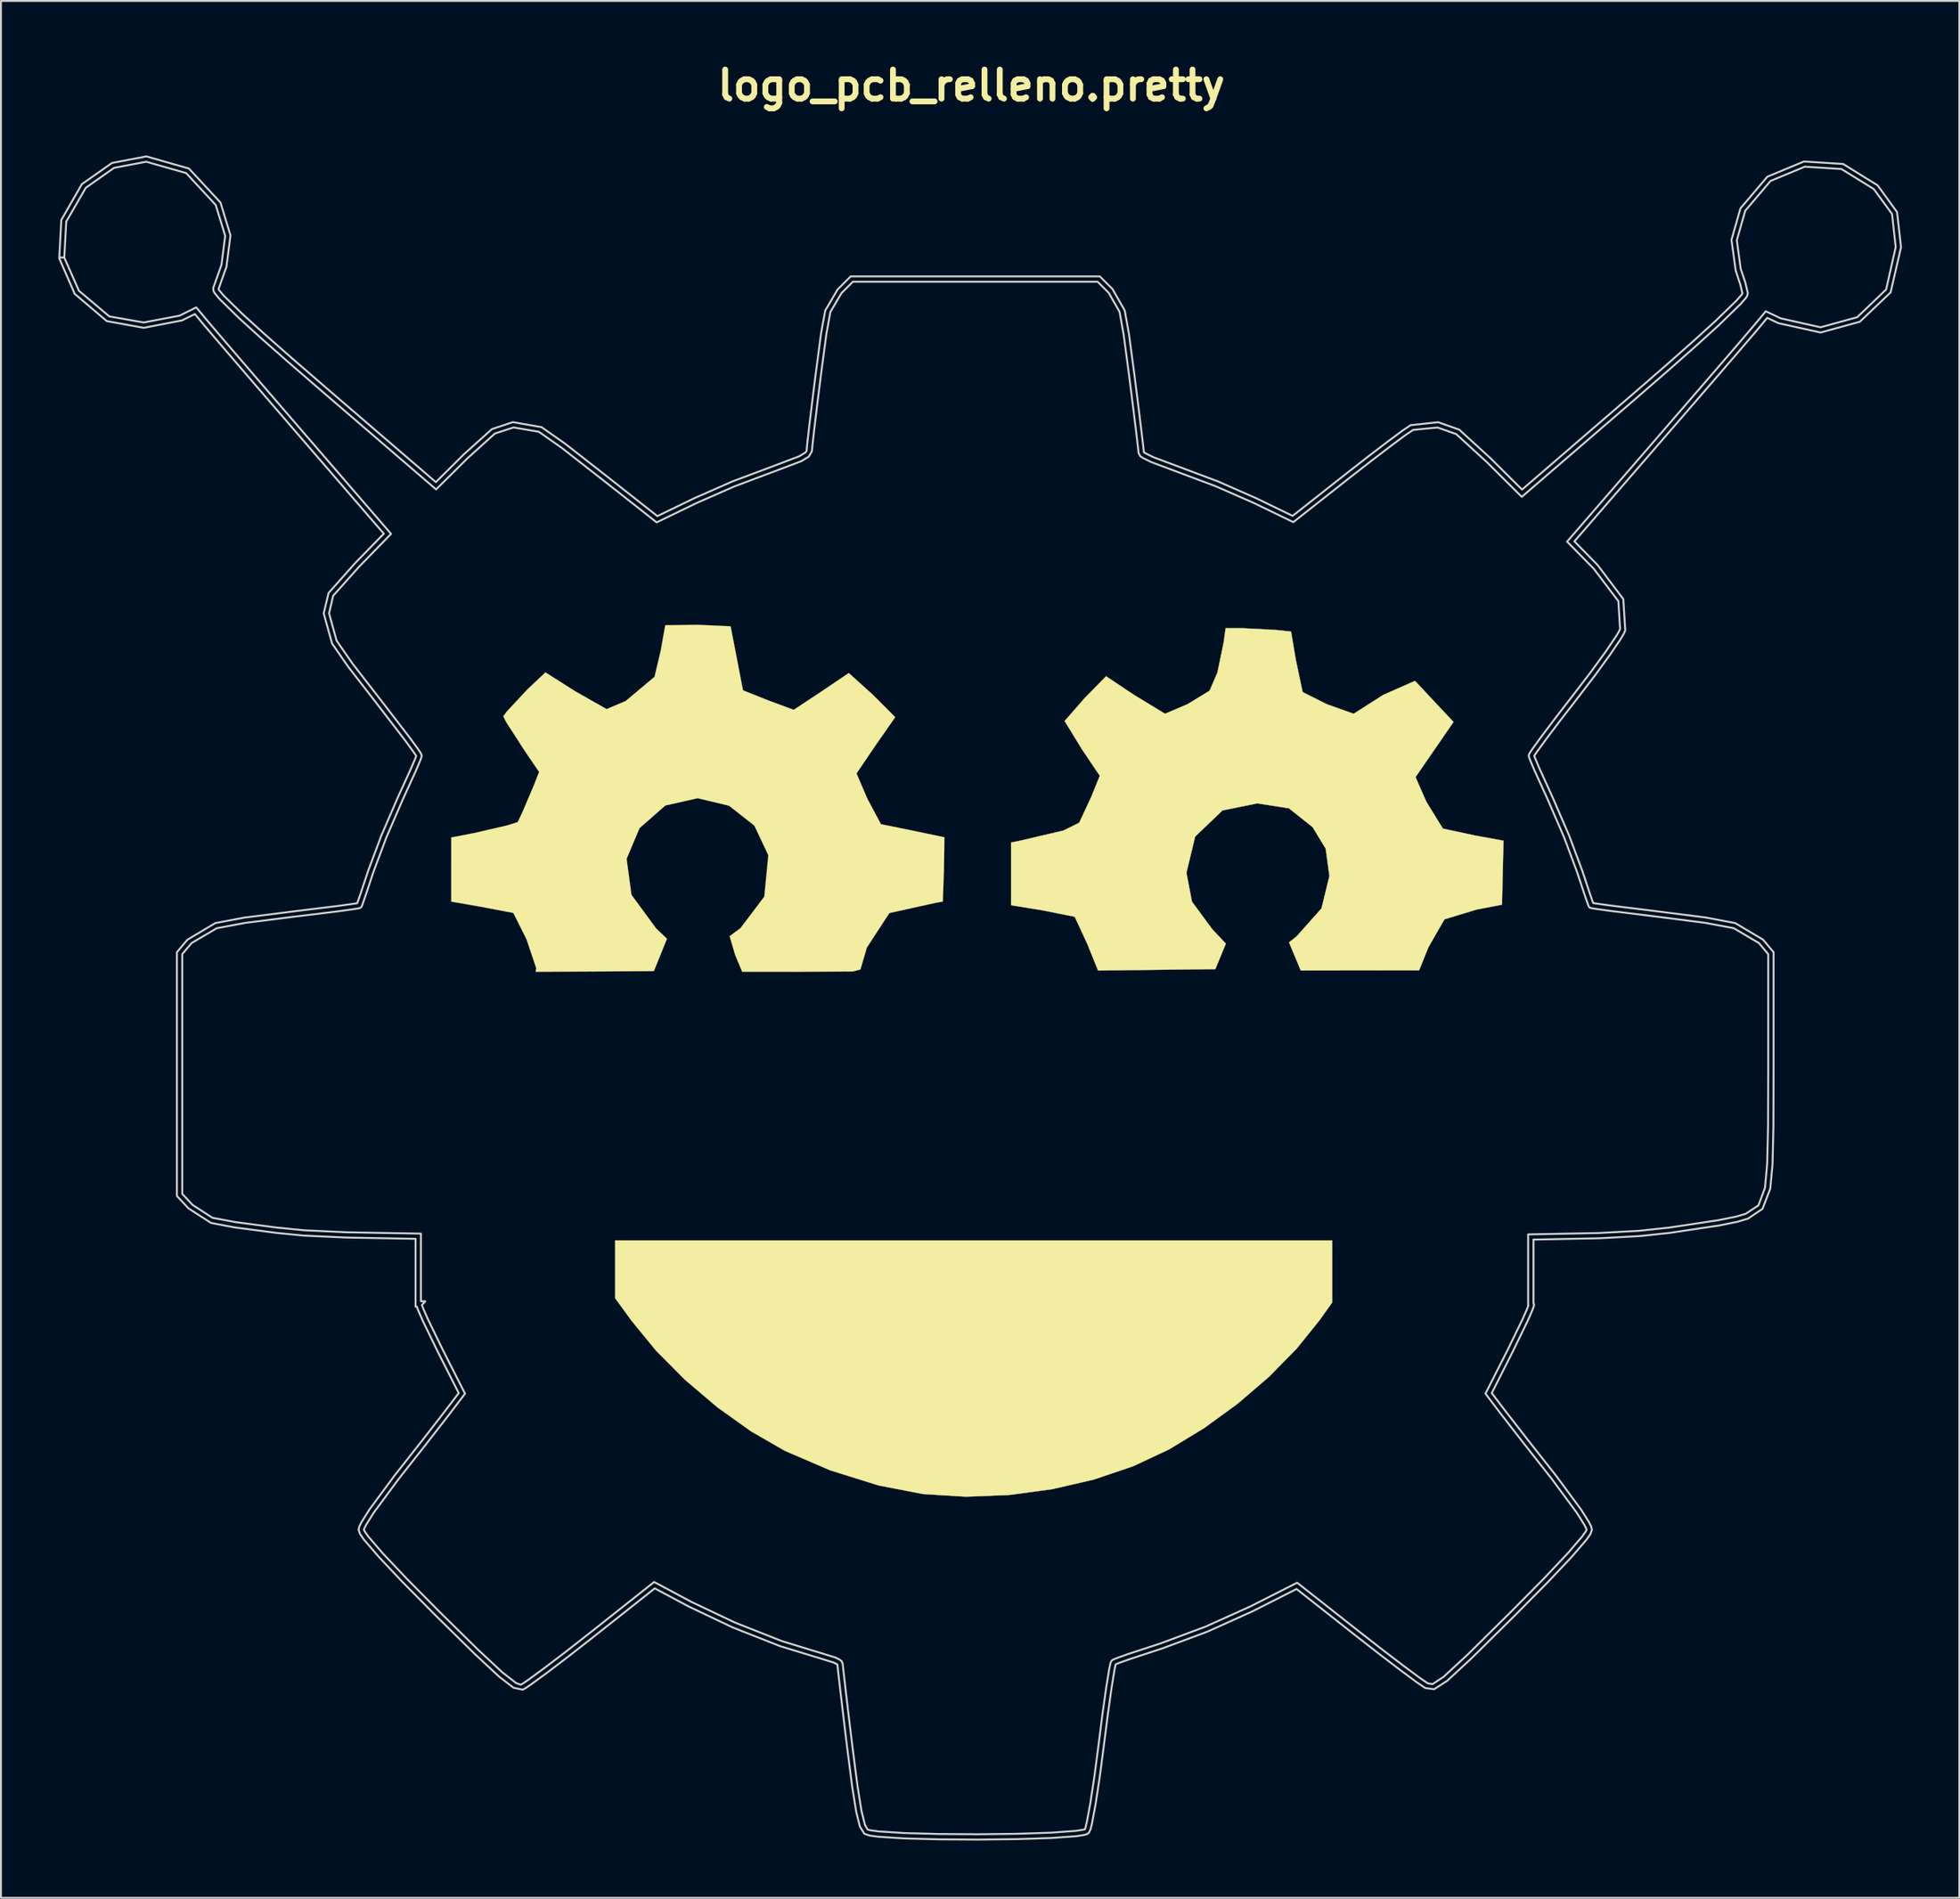
<source format=kicad_pcb>
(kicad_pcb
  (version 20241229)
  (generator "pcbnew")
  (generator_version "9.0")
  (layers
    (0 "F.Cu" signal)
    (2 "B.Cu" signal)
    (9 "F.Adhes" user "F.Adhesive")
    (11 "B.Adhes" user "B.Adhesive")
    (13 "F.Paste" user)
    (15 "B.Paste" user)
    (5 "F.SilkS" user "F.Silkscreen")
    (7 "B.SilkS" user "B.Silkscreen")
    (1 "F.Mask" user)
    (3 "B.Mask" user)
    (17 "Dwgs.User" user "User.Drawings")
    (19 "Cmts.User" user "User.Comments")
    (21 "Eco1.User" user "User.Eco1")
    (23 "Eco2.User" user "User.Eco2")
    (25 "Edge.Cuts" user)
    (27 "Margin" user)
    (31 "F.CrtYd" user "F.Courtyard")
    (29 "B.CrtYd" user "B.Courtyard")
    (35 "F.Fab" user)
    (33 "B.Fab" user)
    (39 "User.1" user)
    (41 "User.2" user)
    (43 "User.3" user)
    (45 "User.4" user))
  (footprint "logo_pcb_relleno.pretty"
    (layer "F.Cu")
    (at 47.779 48.879)
    (property "Reference" "logo_pcb_relleno.pretty" (at 0 -47.453 0) (layer "F.SilkS") (effects (font (size 1.524 1.524) (thickness 0.305))))
    (attr smd)
    (fp_poly (pts (xy -2.512 26.308) (xy -4.852 25.856) (xy -7.382 25.065) (xy -9.765 24.039) (xy -11.522 23.025) (xy -13.284 21.767) (xy -14.969 20.336) (xy -16.495 18.801) (xy -17.777 17.235) (xy -18.635 16.055) (xy -18.635 14.54) (xy -18.635 13.025) (xy 0.123 13.025) (xy 18.88 13.025) (xy 18.88 14.652) (xy 18.88 16.279) (xy 18.22 17.207) (xy 17.02 18.697) (xy 15.571 20.172) (xy 13.934 21.577) (xy 12.171 22.861) (xy 10.341 23.972) (xy 8.46 24.853) (xy 6.398 25.55) (xy 4.213 26.055) (xy 1.961 26.357) (xy -0.3 26.444) (xy -2.512 26.308)) (stroke (width 0.014) (type solid)) (fill yes) (layer "F.SilkS"))
    (fp_poly (pts (xy 6.08 -2.476) (xy 5.41 -3.924) (xy 3.687 -4.267) (xy 2.082 -4.527) (xy 2.082 -6.169) (xy 2.082 -7.81) (xy 2.537 -7.903) (xy 4.813 -8.435) (xy 5.645 -8.844) (xy 6.285 -10.219) (xy 6.723 -11.306) (xy 5.802 -12.673) (xy 4.882 -14.174) (xy 5.967 -15.412) (xy 7.052 -16.515) (xy 8.521 -15.534) (xy 10.135 -14.552) (xy 11.317 -15.056) (xy 12.47 -15.761) (xy 12.878 -16.71) (xy 13.207 -18.296) (xy 13.307 -19.031) (xy 14.183 -19.031) (xy 15.895 -18.944) (xy 16.73 -18.856) (xy 16.981 -17.369) (xy 17.336 -15.689) (xy 18.591 -15.057) (xy 20.005 -14.551) (xy 21.553 -15.54) (xy 23.217 -16.275) (xy 24.341 -15.072) (xy 25.232 -14.123) (xy 24.238 -12.679) (xy 23.244 -11.235) (xy 23.812 -9.942) (xy 24.675 -8.538) (xy 26.408 -8.167) (xy 27.847 -7.906) (xy 27.808 -6.232) (xy 27.769 -4.557) (xy 26.439 -4.3) (xy 24.759 -3.791) (xy 23.92 -2.328) (xy 23.43 -1.117) (xy 20.334 -1.115) (xy 17.238 -1.113) (xy 16.932 -1.848) (xy 16.626 -2.583) (xy 17.018 -2.892) (xy 18.323 -4.359) (xy 18.74 -6.059) (xy 18.543 -7.491) (xy 17.859 -8.617) (xy 16.619 -9.603) (xy 14.961 -9.861) (xy 13.141 -9.491) (xy 11.711 -8.121) (xy 11.255 -6.223) (xy 11.546 -4.712) (xy 12.615 -3.261) (xy 13.318 -2.517) (xy 13.044 -1.85) (xy 12.77 -1.183) (xy 9.701 -1.146) (xy 6.632 -1.109) (xy 6.08 -2.476) (xy 6.08 -2.476)) (stroke (width 0.014) (type solid)) (fill yes) (layer "F.SilkS"))
    (fp_poly (pts (xy -22.769 -1.233) (xy -23.281 -2.755) (xy -23.967 -4.123) (xy -25.658 -4.444) (xy -27.215 -4.716) (xy -27.215 -6.396) (xy -27.214 -8.076) (xy -26.02 -8.306) (xy -24.282 -8.708) (xy -23.738 -8.88) (xy -23.471 -9.449) (xy -22.911 -10.762) (xy -22.618 -11.505) (xy -23.403 -12.66) (xy -24.341 -14.118) (xy -24.494 -14.421) (xy -24.303 -14.678) (xy -23.227 -15.833) (xy -22.286 -16.72) (xy -20.731 -15.733) (xy -19.085 -14.798) (xy -18.086 -15.223) (xy -16.577 -16.49) (xy -16.253 -17.861) (xy -16.017 -19.187) (xy -14.321 -19.211) (xy -12.596 -19.132) (xy -12.271 -17.454) (xy -11.949 -15.782) (xy -10.627 -15.254) (xy -9.295 -14.76) (xy -7.865 -15.706) (xy -6.413 -16.687) (xy -5.152 -15.548) (xy -3.981 -14.375) (xy -4.994 -12.923) (xy -6.008 -11.428) (xy -5.438 -10.1) (xy -4.728 -8.77) (xy -3.017 -8.424) (xy -1.409 -8.085) (xy -1.433 -6.383) (xy -1.493 -4.717) (xy -1.843 -4.658) (xy -4.29 -4.117) (xy -5.466 -2.31) (xy -5.803 -1.164) (xy -6.192 -1.06) (xy -8.859 -1.042) (xy -11.992 -1.043) (xy -12.36 -1.926) (xy -12.649 -2.907) (xy -12.079 -3.328) (xy -10.834 -4.976) (xy -10.623 -7.146) (xy -11.354 -8.697) (xy -12.677 -9.736) (xy -14.32 -10.13) (xy -16.013 -9.748) (xy -17.362 -8.565) (xy -18.039 -6.956) (xy -17.785 -5.073) (xy -16.499 -3.318) (xy -15.927 -2.772) (xy -16.269 -1.924) (xy -16.611 -1.077) (xy -19.707 -1.059) (xy -22.802 -1.04) (xy -22.769 -1.234) (xy -22.769 -1.233)) (stroke (width 0.007) (type solid)) (fill yes) (layer "F.SilkS"))
    (fp_poly (pts (xy -43.171 -43.74) (xy -44.858 -43.139) (xy -43.175 -43.46) (xy -43.176 -43.46) (xy -41.087 -42.865) (xy -39.54 -41.195) (xy -39.045 -39.581) (xy -39.24 -38.059) (xy -39.671 -36.846) (xy -39.658 -36.694) (xy -39.592 -36.576) (xy -39.343 -36.274) (xy -38.311 -35.261) (xy -37.202 -34.253) (xy -35.742 -32.965) (xy -33.917 -31.385) (xy -28.007 -26.3) (xy -26.361 -27.936) (xy -24.931 -29.227) (xy -23.96 -29.546) (xy -22.635 -29.32) (xy -21.439 -28.48) (xy -19.275 -26.789) (xy -16.467 -24.575) (xy -14.377 -25.588) (xy -12.386 -26.463) (xy -10.414 -27.204) (xy -8.889 -27.782) (xy -8.506 -28.017) (xy -8.342 -28.304) (xy -8.304 -28.707) (xy -8.202 -29.605) (xy -8.051 -30.852) (xy -7.867 -32.316) (xy -7.586 -34.434) (xy -7.375 -35.596) (xy -6.795 -36.58) (xy -6.198 -37.177) (xy 0.205 -37.177) (xy 6.607 -37.177) (xy 7.188 -36.596) (xy 7.756 -35.605) (xy 7.97 -34.407) (xy 8.26 -32.231) (xy 8.45 -30.729) (xy 8.606 -29.466) (xy 8.712 -28.576) (xy 8.742 -28.312) (xy 8.752 -28.202) (xy 8.842 -28.041) (xy 8.978 -27.947) (xy 9.417 -27.731) (xy 10.823 -27.204) (xy 12.791 -26.465) (xy 14.773 -25.594) (xy 16.849 -24.587) (xy 19.801 -26.914) (xy 20.956 -27.815) (xy 21.969 -28.589) (xy 22.73 -29.154) (xy 23.119 -29.417) (xy 24.395 -29.543) (xy 25.373 -29.198) (xy 26.964 -27.742) (xy 28.804 -25.911) (xy 34.76 -31.048) (xy 36.528 -32.583) (xy 37.984 -33.872) (xy 39.125 -34.91) (xy 40.235 -35.988) (xy 40.52 -36.312) (xy 40.598 -36.432) (xy 40.634 -36.573) (xy 40.508 -37.112) (xy 40.26 -37.858) (xy 40.057 -39.349) (xy 40.498 -40.894) (xy 41.821 -42.453) (xy 43.615 -43.2) (xy 45.532 -43.078) (xy 47.224 -42.03) (xy 48.179 -40.726) (xy 48.371 -38.988) (xy 47.87 -36.769) (xy 46.357 -35.317) (xy 44.437 -34.791) (xy 42.355 -35.259) (xy 41.573 -35.629) (xy 40.932 -34.86) (xy 40.025 -33.798) (xy 38.183 -31.663) (xy 35.811 -28.921) (xy 31.175 -23.567) (xy 32.569 -22.15) (xy 33.858 -20.45) (xy 33.949 -18.99) (xy 33.89 -18.863) (xy 33.735 -18.604) (xy 33.2 -17.813) (xy 32.436 -16.764) (xy 31.525 -15.573) (xy 30.621 -14.405) (xy 29.88 -13.425) (xy 29.378 -12.735) (xy 29.238 -12.527) (xy 29.197 -12.458) (xy 29.182 -12.425) (xy 29.169 -12.362) (xy 29.179 -12.299) (xy 29.197 -12.244) (xy 29.257 -12.087) (xy 29.47 -11.584) (xy 30.166 -10.053) (xy 31.023 -8.07) (xy 31.703 -6.25) (xy 32.111 -5.019) (xy 32.246 -4.631) (xy 32.287 -4.517) (xy 32.302 -4.481) (xy 32.328 -4.435) (xy 32.346 -4.416) (xy 32.361 -4.405) (xy 32.379 -4.395) (xy 32.399 -4.387) (xy 32.427 -4.378) (xy 32.491 -4.366) (xy 32.703 -4.332) (xy 33.453 -4.228) (xy 35.88 -3.927) (xy 38.398 -3.605) (xy 39.896 -3.324) (xy 41.213 -2.545) (xy 41.701 -1.966) (xy 41.701 4.142) (xy 41.692 7.034) (xy 41.645 9.013) (xy 41.532 10.267) (xy 41.188 11.191) (xy 40.522 11.631) (xy 40.024 11.777) (xy 39.093 11.966) (xy 36.522 12.353) (xy 34.935 12.523) (xy 32.822 12.637) (xy 29.276 12.707) (xy 29.137 12.709) (xy 29.137 16.412) (xy 29.154 16.423) (xy 29.153 16.426) (xy 29.091 16.591) (xy 28.853 17.135) (xy 28.064 18.76) (xy 26.904 21.049) (xy 27.749 22.16) (xy 28.851 23.579) (xy 30.384 25.527) (xy 31.679 27.281) (xy 32.069 27.901) (xy 32.171 28.1) (xy 32.198 28.176) (xy 32.153 28.263) (xy 31.968 28.526) (xy 31.208 29.41) (xy 29.952 30.74) (xy 28.221 32.49) (xy 25.967 34.717) (xy 24.715 35.876) (xy 24.138 36.258) (xy 23.888 36.219) (xy 23.471 35.935) (xy 22.644 35.322) (xy 21.539 34.478) (xy 20.277 33.493) (xy 17.05 30.949) (xy 14.595 32.195) (xy 12.236 33.258) (xy 9.89 34.132) (xy 8.186 34.69) (xy 7.634 34.889) (xy 7.464 34.957) (xy 7.353 35.018) (xy 7.296 35.113) (xy 7.271 35.201) (xy 7.214 35.477) (xy 7.06 36.425) (xy 6.867 37.793) (xy 6.657 39.44) (xy 6.44 41.097) (xy 6.227 42.494) (xy 6.043 43.482) (xy 5.972 43.772) (xy 5.941 43.865) (xy 5.938 43.859) (xy 5.84 43.887) (xy 5.464 43.944) (xy 4.171 44.039) (xy 2.382 44.098) (xy 0.34 44.121) (xy -1.71 44.108) (xy -3.528 44.058) (xy -4.866 43.971) (xy -5.275 43.914) (xy -5.43 43.872) (xy -5.569 43.62) (xy -5.75 42.891) (xy -5.959 41.575) (xy -6.222 39.541) (xy -6.419 37.906) (xy -6.581 36.539) (xy -6.69 35.584) (xy -6.72 35.306) (xy -6.73 35.197) (xy -6.785 35.062) (xy -6.871 34.989) (xy -7.112 34.866) (xy -7.846 34.64) (xy -9.908 34.008) (xy -12.374 33.034) (xy -14.641 31.957) (xy -16.597 30.912) (xy -19.948 33.567) (xy -21.25 34.587) (xy -22.374 35.443) (xy -23.198 36.045) (xy -23.458 36.222) (xy -23.576 36.291) (xy -23.817 36.207) (xy -24.528 35.655) (xy -25.808 34.462) (xy -27.823 32.479) (xy -29.549 30.734) (xy -30.802 29.408) (xy -31.56 28.525) (xy -31.744 28.263) (xy -31.789 28.176) (xy -31.762 28.1) (xy -31.66 27.901) (xy -31.27 27.281) (xy -29.975 25.527) (xy -28.442 23.579) (xy -27.34 22.16) (xy -26.495 21.049) (xy -27.655 18.76) (xy -28.444 17.135) (xy -28.682 16.591) (xy -28.745 16.426) (xy -28.75 16.408) (xy -28.574 16.212) (xy -28.804 16.212) (xy -28.804 12.668) (xy -28.942 12.666) (xy -32.683 12.599) (xy -34.896 12.496) (xy -36.361 12.35) (xy -38.527 12.063) (xy -39.713 11.84) (xy -40.754 11.163) (xy -41.292 10.588) (xy -41.292 4.313) (xy -41.292 -1.966) (xy -40.804 -2.545) (xy -39.486 -3.323) (xy -37.99 -3.603) (xy -35.478 -3.921) (xy -33.052 -4.219) (xy -32.302 -4.324) (xy -32.088 -4.359) (xy -32.023 -4.372) (xy -31.995 -4.381) (xy -31.974 -4.39) (xy -31.956 -4.4) (xy -31.943 -4.411) (xy -31.927 -4.428) (xy -31.899 -4.474) (xy -31.883 -4.512) (xy -31.841 -4.627) (xy -31.705 -5.017) (xy -31.295 -6.25) (xy -30.614 -8.07) (xy -29.757 -10.053) (xy -29.061 -11.581) (xy -28.849 -12.082) (xy -28.789 -12.237) (xy -28.771 -12.292) (xy -28.761 -12.355) (xy -28.787 -12.447) (xy -28.824 -12.511) (xy -28.948 -12.696) (xy -29.391 -13.306) (xy -30.841 -15.191) (xy -32.382 -17.18) (xy -33.213 -18.377) (xy -33.61 -19.809) (xy -33.397 -20.73) (xy -32.053 -22.237) (xy -30.365 -23.972) (xy -34.898 -29.223) (xy -37.219 -31.915) (xy -39.023 -34.014) (xy -39.917 -35.062) (xy -40.559 -35.833) (xy -41.43 -35.4) (xy -43.31 -35.043) (xy -45.109 -35.361) (xy -46.7 -36.704) (xy -47.466 -38.445) (xy -47.361 -40.329) (xy -46.338 -42.097) (xy -44.858 -43.139) (xy -43.171 -43.74) (xy -44.966 -43.397) (xy -46.544 -42.287) (xy -47.621 -40.41) (xy -47.729 -38.4) (xy -46.918 -36.539) (xy -45.241 -35.114) (xy -43.307 -34.763) (xy -41.305 -35.15) (xy -40.632 -35.484) (xy -40.132 -34.883) (xy -39.232 -33.827) (xy -37.429 -31.729) (xy -35.111 -29.041) (xy -30.744 -23.983) (xy -32.253 -22.433) (xy -33.634 -20.879) (xy -33.89 -19.809) (xy -33.453 -18.233) (xy -32.605 -17.011) (xy -31.06 -15.019) (xy -29.615 -13.138) (xy -29.177 -12.536) (xy -29.061 -12.363) (xy -29.049 -12.342) (xy -29.052 -12.331) (xy -29.108 -12.187) (xy -29.318 -11.694) (xy -30.011 -10.172) (xy -30.873 -8.177) (xy -31.561 -6.336) (xy -31.969 -5.107) (xy -32.104 -4.722) (xy -32.136 -4.634) (xy -32.14 -4.634) (xy -32.344 -4.6) (xy -33.089 -4.497) (xy -35.51 -4.199) (xy -38.029 -3.881) (xy -39.557 -3.594) (xy -41.018 -2.725) (xy -41.572 -2.068) (xy -41.572 4.313) (xy -41.572 10.698) (xy -40.958 11.354) (xy -39.787 12.11) (xy -38.566 12.342) (xy -36.396 12.628) (xy -34.928 12.773) (xy -32.73 12.875) (xy -29.084 12.943) (xy -29.084 16.491) (xy -29.015 16.491) (xy -29.01 16.514) (xy -28.942 16.696) (xy -28.699 17.251) (xy -27.905 18.886) (xy -26.824 21.02) (xy -27.564 21.99) (xy -28.662 23.406) (xy -30.195 25.353) (xy -31.502 27.124) (xy -31.904 27.764) (xy -32.019 27.99) (xy -32.069 28.174) (xy -31.984 28.406) (xy -31.782 28.696) (xy -31.008 29.596) (xy -29.75 30.928) (xy -28.021 32.676) (xy -26.003 34.663) (xy -24.713 35.866) (xy -23.959 36.448) (xy -23.477 36.553) (xy -23.306 36.457) (xy -23.037 36.274) (xy -22.206 35.667) (xy -21.079 34.808) (xy -19.774 33.787) (xy -16.567 31.246) (xy -14.773 32.204) (xy -12.487 33.292) (xy -10.007 34.271) (xy -7.91 34.912) (xy -7.22 35.125) (xy -7.027 35.222) (xy -7.006 35.238) (xy -6.999 35.333) (xy -6.969 35.614) (xy -6.859 36.571) (xy -6.697 37.939) (xy -6.499 39.575) (xy -6.237 41.613) (xy -6.025 42.943) (xy -5.833 43.714) (xy -5.597 44.096) (xy -5.329 44.189) (xy -4.895 44.249) (xy -3.539 44.338) (xy -1.714 44.388) (xy 0.341 44.401) (xy 2.388 44.377) (xy 4.185 44.318) (xy 5.496 44.223) (xy 5.902 44.16) (xy 6.039 44.12) (xy 6.156 44.043) (xy 6.241 43.851) (xy 6.317 43.542) (xy 6.503 42.54) (xy 6.717 41.136) (xy 6.935 39.474) (xy 7.145 37.83) (xy 7.337 36.466) (xy 7.489 35.528) (xy 7.543 35.267) (xy 7.556 35.222) (xy 7.576 35.213) (xy 7.733 35.15) (xy 8.278 34.955) (xy 9.974 34.398) (xy 12.344 33.517) (xy 14.722 32.444) (xy 17.018 31.279) (xy 20.104 33.713) (xy 21.368 34.699) (xy 22.475 35.545) (xy 23.307 36.162) (xy 23.757 36.466) (xy 24.218 36.526) (xy 24.895 36.091) (xy 26.164 34.916) (xy 28.418 32.688) (xy 30.153 30.935) (xy 31.415 29.599) (xy 32.19 28.697) (xy 32.394 28.406) (xy 32.478 28.174) (xy 32.428 27.99) (xy 32.313 27.764) (xy 31.911 27.124) (xy 30.604 25.353) (xy 29.071 23.406) (xy 27.972 21.99) (xy 27.233 21.02) (xy 28.313 18.886) (xy 29.107 17.251) (xy 29.351 16.696) (xy 29.419 16.514) (xy 29.449 16.378) (xy 29.417 16.325) (xy 29.417 12.983) (xy 32.868 12.913) (xy 34.97 12.799) (xy 36.556 12.63) (xy 39.143 12.242) (xy 40.088 12.05) (xy 40.643 11.884) (xy 41.402 11.372) (xy 41.808 10.312) (xy 41.927 9.024) (xy 41.973 7.034) (xy 41.981 4.142) (xy 41.981 -2.068) (xy 41.428 -2.725) (xy 39.968 -3.594) (xy 38.438 -3.883) (xy 35.913 -4.205) (xy 33.489 -4.506) (xy 32.744 -4.609) (xy 32.541 -4.641) (xy 32.54 -4.641) (xy 32.51 -4.725) (xy 32.377 -5.109) (xy 31.969 -6.336) (xy 31.282 -8.177) (xy 30.42 -10.172) (xy 29.726 -11.696) (xy 29.517 -12.191) (xy 29.461 -12.336) (xy 29.457 -12.348) (xy 29.475 -12.379) (xy 29.608 -12.575) (xy 30.105 -13.258) (xy 30.843 -14.234) (xy 31.746 -15.4) (xy 32.66 -16.596) (xy 33.428 -17.652) (xy 33.972 -18.454) (xy 34.135 -18.729) (xy 34.221 -18.922) (xy 34.116 -20.56) (xy 32.769 -22.346) (xy 31.556 -23.58) (xy 36.023 -28.737) (xy 38.393 -31.477) (xy 40.233 -33.61) (xy 41.148 -34.68) (xy 41.649 -35.284) (xy 42.234 -35.006) (xy 44.443 -34.517) (xy 46.494 -35.08) (xy 48.105 -36.617) (xy 48.651 -38.988) (xy 48.441 -40.825) (xy 47.426 -42.223) (xy 45.619 -43.343) (xy 43.572 -43.473) (xy 41.657 -42.677) (xy 40.247 -41.018) (xy 39.778 -39.369) (xy 39.998 -37.76) (xy 40.239 -37.033) (xy 40.351 -36.563) (xy 40.297 -36.482) (xy 40.032 -36.18) (xy 38.935 -35.115) (xy 37.798 -34.081) (xy 36.344 -32.794) (xy 34.578 -31.26) (xy 28.818 -26.292) (xy 27.162 -27.94) (xy 25.533 -29.429) (xy 24.427 -29.821) (xy 22.986 -29.664) (xy 22.567 -29.381) (xy 21.8 -28.813) (xy 20.785 -28.037) (xy 19.628 -27.134) (xy 16.813 -24.915) (xy 14.895 -25.845) (xy 12.898 -26.724) (xy 10.91 -27.469) (xy 9.53 -27.987) (xy 9.12 -28.189) (xy 9.028 -28.25) (xy 9.02 -28.341) (xy 8.991 -28.607) (xy 8.884 -29.5) (xy 8.728 -30.764) (xy 8.538 -32.267) (xy 8.248 -34.447) (xy 8.027 -35.673) (xy 7.386 -36.794) (xy 6.723 -37.457) (xy 0.205 -37.457) (xy -6.314 -37.457) (xy -6.993 -36.778) (xy -7.646 -35.665) (xy -7.864 -34.472) (xy -8.144 -32.351) (xy -8.328 -30.886) (xy -8.48 -29.638) (xy -8.582 -28.738) (xy -8.622 -28.307) (xy -8.688 -28.23) (xy -9.013 -28.033) (xy -10.501 -27.469) (xy -12.493 -26.722) (xy -14.499 -25.839) (xy -16.431 -24.903) (xy -19.101 -27.009) (xy -19.101 -27.009) (xy -21.267 -28.703) (xy -22.494 -29.562) (xy -23.992 -29.824) (xy -25.086 -29.46) (xy -26.558 -28.135) (xy -28.021 -26.681) (xy -33.734 -31.597) (xy -35.558 -33.176) (xy -37.015 -34.462) (xy -38.12 -35.466) (xy -39.137 -36.463) (xy -39.362 -36.734) (xy -39.394 -36.79) (xy -38.978 -37.963) (xy -38.768 -39.605) (xy -39.29 -41.322) (xy -40.942 -43.103) (xy -43.171 -43.74) (xy -43.171 -43.74)) (stroke (width 0.1) (type solid)) (fill no) (layer "Edge.Cuts")))
  (gr_rect
    (start -3 -3)
    (end 99.479 96.33)
    (stroke (width 0.1) (type default))
    (fill no)
    (layer "Edge.Cuts")))
</source>
